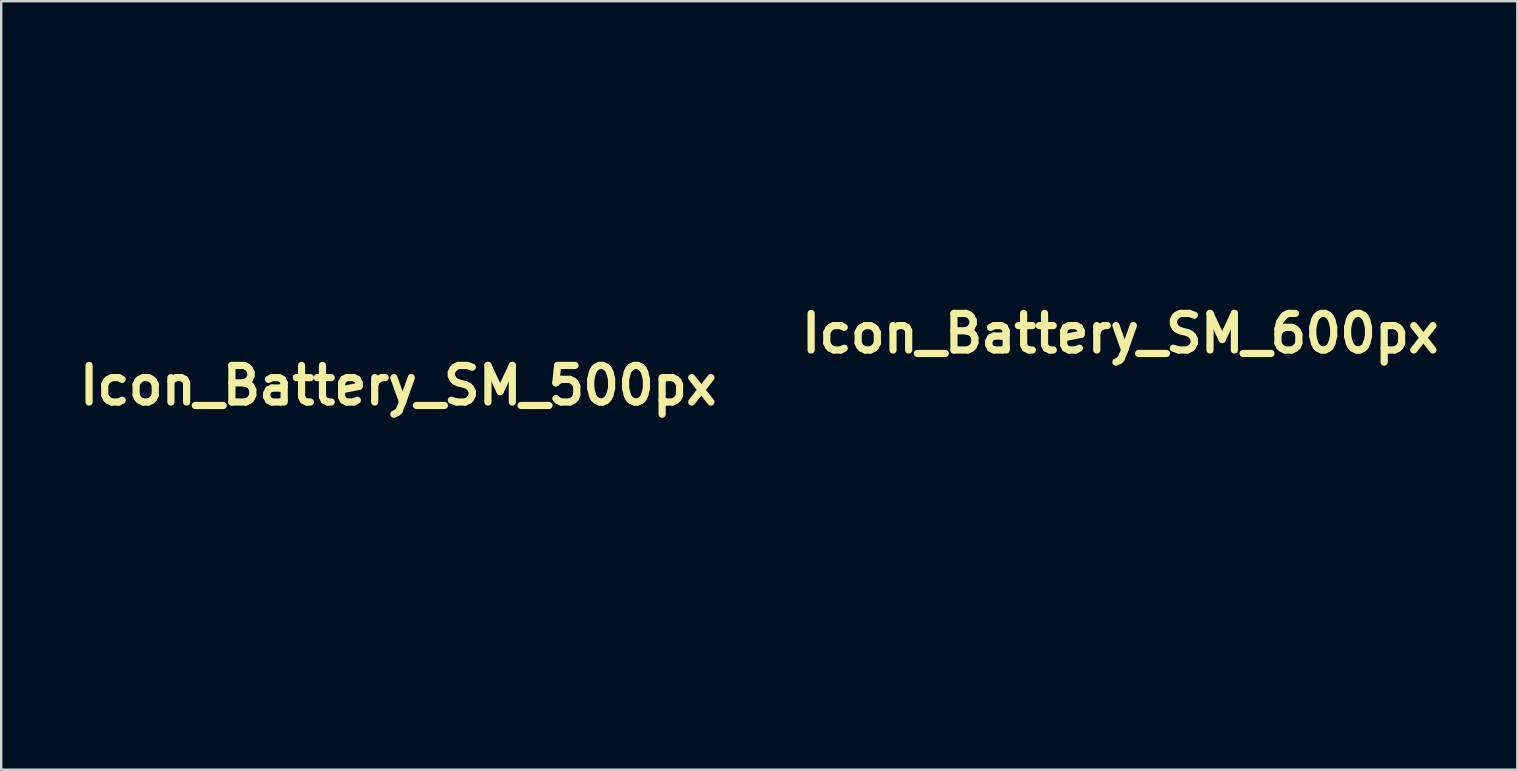
<source format=kicad_pcb>
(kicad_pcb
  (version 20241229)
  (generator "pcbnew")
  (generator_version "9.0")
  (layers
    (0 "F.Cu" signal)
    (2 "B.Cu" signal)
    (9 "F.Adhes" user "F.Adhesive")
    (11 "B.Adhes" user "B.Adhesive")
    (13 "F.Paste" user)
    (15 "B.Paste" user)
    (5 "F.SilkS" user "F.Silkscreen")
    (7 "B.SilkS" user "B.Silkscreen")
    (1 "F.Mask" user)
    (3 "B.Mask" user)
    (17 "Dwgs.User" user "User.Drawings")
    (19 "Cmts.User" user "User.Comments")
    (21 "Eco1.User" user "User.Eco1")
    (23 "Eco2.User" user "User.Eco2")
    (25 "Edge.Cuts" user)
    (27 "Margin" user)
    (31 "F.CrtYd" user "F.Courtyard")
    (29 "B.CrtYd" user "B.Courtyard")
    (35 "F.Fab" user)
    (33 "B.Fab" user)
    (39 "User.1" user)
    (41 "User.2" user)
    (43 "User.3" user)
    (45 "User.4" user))
  (footprint "Icon_Battery_SM_500px"
    (layer "F.Cu")
    (at 13.542 13.01)
    (property "Reference" "Icon_Battery_SM_500px" (at 0 0 0) (layer "F.SilkS") (effects (font (size 1.524 1.524) (thickness 0.3))))
    (attr through_hole)
    (fp_poly (pts (xy 2.339 -5.982) (xy 2.255 -5.739) (xy 2.151 -5.438) (xy 2.031 -5.092) (xy 1.9 -4.713) (xy 1.761 -4.313) (xy 1.619 -3.903) (xy 1.476 -3.494) (xy 1.339 -3.099) (xy 1.21 -2.729) (xy 1.094 -2.396) (xy 0.995 -2.111) (xy 0.916 -1.886) (xy 0.862 -1.734) (xy 0.838 -1.665) (xy 0.837 -1.664) (xy 0.832 -1.637) (xy 0.848 -1.616) (xy 0.896 -1.601) (xy 0.986 -1.59) (xy 1.13 -1.582) (xy 1.339 -1.578) (xy 1.624 -1.576) (xy 1.995 -1.575) (xy 2.154 -1.575) (xy 2.512 -1.573) (xy 2.835 -1.569) (xy 3.109 -1.563) (xy 3.321 -1.556) (xy 3.457 -1.546) (xy 3.505 -1.536) (xy 3.49 -1.482) (xy 3.444 -1.341) (xy 3.373 -1.12) (xy 3.277 -0.828) (xy 3.161 -0.473) (xy 3.026 -0.065) (xy 2.875 0.389) (xy 2.712 0.88) (xy 2.544 1.385) (xy 1.583 4.267) (xy 3.63 4.267) (xy 3.504 4.39) (xy 3.432 4.455) (xy 3.294 4.574) (xy 3.099 4.738) (xy 2.855 4.942) (xy 2.572 5.178) (xy 2.258 5.439) (xy 1.922 5.717) (xy 1.573 6.006) (xy 1.219 6.297) (xy 0.87 6.585) (xy 0.534 6.86) (xy 0.22 7.117) (xy -0.064 7.349) (xy -0.308 7.546) (xy -0.503 7.704) (xy -0.642 7.814) (xy -0.715 7.869) (xy -0.723 7.874) (xy -0.762 7.836) (xy -0.86 7.728) (xy -1.009 7.557) (xy -1.203 7.331) (xy -1.435 7.058) (xy -1.7 6.745) (xy -1.989 6.4) (xy -2.254 6.083) (xy -3.748 4.293) (xy -2.701 4.267) (xy -1.655 4.242) (xy -0.474 0.787) (xy -1.741 0.774) (xy -3.008 0.76) (xy -2.979 0.647) (xy -2.958 0.581) (xy -2.905 0.428) (xy -2.823 0.195) (xy -2.715 -0.11) (xy -2.583 -0.479) (xy -2.432 -0.905) (xy -2.262 -1.379) (xy -2.078 -1.894) (xy -1.882 -2.441) (xy -1.71 -2.921) (xy -0.468 -6.375) (xy 1.007 -6.389) (xy 2.483 -6.402) (xy 2.339 -5.982)) (stroke (width 0.01) (type solid)) (fill yes) (layer "F.Mask"))
    (fp_poly (pts (xy 2.591 -11.532) (xy 3.619 -11.531) (xy 3.955 -11.529) (xy 4.277 -11.522) (xy 4.563 -11.511) (xy 4.792 -11.498) (xy 4.942 -11.483) (xy 4.947 -11.482) (xy 5.389 -11.36) (xy 5.793 -11.151) (xy 6.149 -10.867) (xy 6.443 -10.519) (xy 6.665 -10.119) (xy 6.802 -9.678) (xy 6.806 -9.658) (xy 6.813 -9.568) (xy 6.82 -9.378) (xy 6.826 -9.087) (xy 6.831 -8.696) (xy 6.836 -8.205) (xy 6.841 -7.615) (xy 6.845 -6.927) (xy 6.848 -6.14) (xy 6.851 -5.255) (xy 6.853 -4.273) (xy 6.855 -3.193) (xy 6.856 -2.018) (xy 6.857 -0.747) (xy 6.857 0.62) (xy 6.857 0.756) (xy 6.857 1.976) (xy 6.857 3.098) (xy 6.857 4.127) (xy 6.857 5.067) (xy 6.856 5.922) (xy 6.855 6.697) (xy 6.853 7.396) (xy 6.851 8.023) (xy 6.848 8.583) (xy 6.844 9.078) (xy 6.839 9.515) (xy 6.833 9.896) (xy 6.826 10.227) (xy 6.817 10.512) (xy 6.807 10.754) (xy 6.795 10.958) (xy 6.782 11.128) (xy 6.767 11.268) (xy 6.75 11.384) (xy 6.73 11.478) (xy 6.709 11.555) (xy 6.686 11.62) (xy 6.66 11.677) (xy 6.632 11.729) (xy 6.601 11.781) (xy 6.567 11.838) (xy 6.559 11.852) (xy 6.279 12.241) (xy 5.927 12.562) (xy 5.512 12.808) (xy 5.187 12.933) (xy 5.096 12.945) (xy 4.912 12.956) (xy 4.643 12.966) (xy 4.3 12.975) (xy 3.889 12.982) (xy 3.419 12.989) (xy 2.9 12.995) (xy 2.34 12.999) (xy 1.747 13.003) (xy 1.129 13.005) (xy 0.497 13.006) (xy -0.143 13.006) (xy -0.78 13.005) (xy -1.407 13.003) (xy -2.016 13) (xy -2.596 12.996) (xy -3.141 12.991) (xy -3.641 12.985) (xy -4.087 12.977) (xy -4.471 12.969) (xy -4.785 12.959) (xy -5.02 12.949) (xy -5.166 12.937) (xy -5.209 12.93) (xy -5.654 12.738) (xy -6.048 12.465) (xy -6.377 12.122) (xy -6.559 11.852) (xy -6.593 11.794) (xy -6.625 11.741) (xy -6.654 11.689) (xy -6.68 11.634) (xy -6.704 11.571) (xy -6.726 11.497) (xy -6.745 11.407) (xy -6.763 11.297) (xy -6.778 11.163) (xy -6.792 11) (xy -6.804 10.804) (xy -6.815 10.571) (xy -6.824 10.297) (xy -6.831 9.978) (xy -6.838 9.608) (xy -6.843 9.185) (xy -6.847 8.703) (xy -6.85 8.159) (xy -6.853 7.548) (xy -6.855 6.866) (xy -6.856 6.109) (xy -6.856 5.273) (xy -6.857 4.353) (xy -6.857 3.345) (xy -6.857 2.245) (xy -6.857 1.048) (xy -6.857 0.756) (xy -6.857 -0.62) (xy -6.856 -1.9) (xy -6.855 -3.085) (xy -6.853 -4.173) (xy -6.851 -5.165) (xy -6.848 -6.059) (xy -6.845 -6.856) (xy -6.841 -7.554) (xy -6.837 -8.153) (xy -6.832 -8.654) (xy -6.826 -9.054) (xy -6.82 -9.355) (xy -6.816 -9.492) (xy -5.309 -9.492) (xy -5.309 0.728) (xy -5.309 1.926) (xy -5.309 3.026) (xy -5.308 4.034) (xy -5.308 4.952) (xy -5.308 5.786) (xy -5.307 6.539) (xy -5.306 7.216) (xy -5.305 7.82) (xy -5.303 8.357) (xy -5.301 8.83) (xy -5.299 9.243) (xy -5.296 9.601) (xy -5.293 9.908) (xy -5.289 10.168) (xy -5.284 10.385) (xy -5.279 10.564) (xy -5.274 10.709) (xy -5.267 10.823) (xy -5.26 10.911) (xy -5.252 10.978) (xy -5.243 11.027) (xy -5.233 11.063) (xy -5.223 11.09) (xy -5.211 11.112) (xy -5.207 11.119) (xy -5.09 11.262) (xy -4.941 11.379) (xy -4.928 11.386) (xy -4.895 11.402) (xy -4.854 11.416) (xy -4.799 11.429) (xy -4.724 11.439) (xy -4.623 11.448) (xy -4.489 11.456) (xy -4.316 11.462) (xy -4.098 11.467) (xy -3.829 11.472) (xy -3.501 11.475) (xy -3.11 11.477) (xy -2.648 11.479) (xy -2.109 11.48) (xy -1.488 11.48) (xy -0.777 11.481) (xy -0.000001 11.481) (xy 0.803 11.481) (xy 1.511 11.48) (xy 2.129 11.48) (xy 2.665 11.479) (xy 3.124 11.477) (xy 3.514 11.475) (xy 3.839 11.471) (xy 4.107 11.467) (xy 4.323 11.462) (xy 4.494 11.456) (xy 4.627 11.448) (xy 4.727 11.439) (xy 4.801 11.428) (xy 4.856 11.416) (xy 4.896 11.402) (xy 4.928 11.386) (xy 5.077 11.275) (xy 5.199 11.132) (xy 5.207 11.119) (xy 5.219 11.098) (xy 5.23 11.073) (xy 5.24 11.041) (xy 5.249 10.997) (xy 5.257 10.937) (xy 5.265 10.856) (xy 5.271 10.751) (xy 5.277 10.618) (xy 5.283 10.451) (xy 5.287 10.248) (xy 5.291 10.003) (xy 5.295 9.713) (xy 5.298 9.373) (xy 5.301 8.979) (xy 5.303 8.527) (xy 5.304 8.013) (xy 5.306 7.432) (xy 5.307 6.781) (xy 5.307 6.054) (xy 5.308 5.249) (xy 5.308 4.36) (xy 5.308 3.384) (xy 5.309 2.316) (xy 5.309 1.152) (xy 5.309 0.728) (xy 5.309 -9.492) (xy 5.204 -9.632) (xy 5.083 -9.768) (xy 4.959 -9.877) (xy 4.934 -9.895) (xy 4.905 -9.91) (xy 4.866 -9.924) (xy 4.811 -9.936) (xy 4.734 -9.946) (xy 4.627 -9.954) (xy 4.486 -9.961) (xy 4.304 -9.967) (xy 4.074 -9.972) (xy 3.791 -9.975) (xy 3.448 -9.978) (xy 3.039 -9.98) (xy 2.558 -9.981) (xy 1.999 -9.982) (xy 1.355 -9.982) (xy 0.621 -9.982) (xy 0 -9.982) (xy -0.807 -9.982) (xy -1.519 -9.982) (xy -2.142 -9.982) (xy -2.681 -9.981) (xy -3.144 -9.979) (xy -3.537 -9.977) (xy -3.864 -9.974) (xy -4.134 -9.971) (xy -4.352 -9.966) (xy -4.524 -9.96) (xy -4.656 -9.952) (xy -4.755 -9.943) (xy -4.826 -9.933) (xy -4.877 -9.921) (xy -4.913 -9.907) (xy -4.94 -9.891) (xy -4.959 -9.877) (xy -5.094 -9.756) (xy -5.204 -9.632) (xy -5.309 -9.492) (xy -6.816 -9.492) (xy -6.814 -9.555) (xy -6.807 -9.653) (xy -6.806 -9.658) (xy -6.673 -10.1) (xy -6.455 -10.502) (xy -6.163 -10.853) (xy -5.811 -11.14) (xy -5.408 -11.352) (xy -4.968 -11.479) (xy -4.947 -11.482) (xy -4.8 -11.498) (xy -4.574 -11.511) (xy -4.291 -11.522) (xy -3.973 -11.529) (xy -3.67 -11.531) (xy -2.692 -11.532) (xy -2.692 -13.005) (xy 2.591 -13.005) (xy 2.591 -11.532)) (stroke (width 0.01) (type solid)) (fill yes) (layer "F.Mask")))
  (footprint "Icon_Battery_SM_600px"
    (layer "F.Cu")
    (at 43.626 10.842)
    (property "Reference" "Icon_Battery_SM_600px" (at 0 0 0) (layer "F.SilkS") (effects (font (size 1.524 1.524) (thickness 0.3))))
    (attr through_hole)
    (fp_poly (pts (xy 1.949 -4.985) (xy 1.879 -4.782) (xy 1.792 -4.532) (xy 1.693 -4.244) (xy 1.583 -3.928) (xy 1.468 -3.594) (xy 1.349 -3.252) (xy 1.23 -2.912) (xy 1.116 -2.582) (xy 1.008 -2.274) (xy 0.912 -1.996) (xy 0.829 -1.759) (xy 0.763 -1.572) (xy 0.719 -1.445) (xy 0.698 -1.387) (xy 0.698 -1.386) (xy 0.693 -1.364) (xy 0.707 -1.347) (xy 0.746 -1.334) (xy 0.822 -1.325) (xy 0.942 -1.318) (xy 1.116 -1.315) (xy 1.353 -1.313) (xy 1.663 -1.312) (xy 1.795 -1.312) (xy 2.093 -1.311) (xy 2.363 -1.308) (xy 2.591 -1.303) (xy 2.767 -1.296) (xy 2.881 -1.289) (xy 2.921 -1.28) (xy 2.908 -1.235) (xy 2.87 -1.117) (xy 2.811 -0.933) (xy 2.731 -0.69) (xy 2.634 -0.394) (xy 2.521 -0.054) (xy 2.396 0.324) (xy 2.26 0.733) (xy 2.12 1.154) (xy 1.319 3.556) (xy 3.025 3.556) (xy 2.92 3.659) (xy 2.86 3.713) (xy 2.745 3.811) (xy 2.582 3.949) (xy 2.379 4.119) (xy 2.143 4.315) (xy 1.882 4.533) (xy 1.602 4.765) (xy 1.311 5.005) (xy 1.016 5.248) (xy 0.725 5.487) (xy 0.445 5.717) (xy 0.183 5.931) (xy -0.053 6.124) (xy -0.256 6.289) (xy -0.419 6.42) (xy -0.535 6.511) (xy -0.595 6.557) (xy -0.603 6.561) (xy -0.635 6.53) (xy -0.717 6.44) (xy -0.841 6.297) (xy -1.002 6.109) (xy -1.196 5.881) (xy -1.416 5.621) (xy -1.658 5.334) (xy -1.878 5.069) (xy -3.123 3.577) (xy -1.379 3.535) (xy -0.887 2.095) (xy -0.395 0.656) (xy -2.506 0.634) (xy -2.483 0.539) (xy -2.465 0.484) (xy -2.42 0.357) (xy -2.352 0.162) (xy -2.262 -0.092) (xy -2.153 -0.4) (xy -2.026 -0.754) (xy -1.885 -1.149) (xy -1.732 -1.578) (xy -1.568 -2.034) (xy -1.425 -2.434) (xy -0.39 -5.313) (xy 2.069 -5.335) (xy 1.949 -4.985)) (stroke (width 0.01) (type solid)) (fill yes) (layer "F.Mask"))
    (fp_poly (pts (xy 2.159 -9.61) (xy 3.016 -9.609) (xy 3.296 -9.607) (xy 3.564 -9.602) (xy 3.802 -9.593) (xy 3.993 -9.582) (xy 4.118 -9.569) (xy 4.123 -9.568) (xy 4.491 -9.467) (xy 4.828 -9.293) (xy 5.124 -9.056) (xy 5.369 -8.766) (xy 5.554 -8.433) (xy 5.668 -8.065) (xy 5.672 -8.048) (xy 5.678 -7.974) (xy 5.683 -7.815) (xy 5.688 -7.573) (xy 5.693 -7.247) (xy 5.697 -6.838) (xy 5.7 -6.346) (xy 5.704 -5.772) (xy 5.707 -5.116) (xy 5.709 -4.379) (xy 5.711 -3.56) (xy 5.712 -2.661) (xy 5.713 -1.682) (xy 5.714 -0.622) (xy 5.714 0.517) (xy 5.714 0.63) (xy 5.714 1.646) (xy 5.714 2.582) (xy 5.714 3.439) (xy 5.714 4.222) (xy 5.713 4.935) (xy 5.712 5.581) (xy 5.711 6.164) (xy 5.709 6.686) (xy 5.707 7.152) (xy 5.703 7.565) (xy 5.699 7.929) (xy 5.694 8.247) (xy 5.688 8.523) (xy 5.681 8.76) (xy 5.672 8.961) (xy 5.663 9.131) (xy 5.652 9.273) (xy 5.639 9.39) (xy 5.625 9.486) (xy 5.609 9.565) (xy 5.591 9.629) (xy 5.571 9.683) (xy 5.55 9.73) (xy 5.526 9.774) (xy 5.5 9.818) (xy 5.472 9.865) (xy 5.466 9.877) (xy 5.232 10.201) (xy 4.939 10.469) (xy 4.594 10.674) (xy 4.322 10.777) (xy 4.246 10.787) (xy 4.093 10.797) (xy 3.869 10.805) (xy 3.583 10.812) (xy 3.241 10.819) (xy 2.849 10.824) (xy 2.417 10.829) (xy 1.95 10.833) (xy 1.455 10.835) (xy 0.941 10.837) (xy 0.414 10.838) (xy -0.119 10.839) (xy -0.65 10.838) (xy -1.173 10.836) (xy -1.68 10.834) (xy -2.164 10.83) (xy -2.617 10.826) (xy -3.034 10.821) (xy -3.406 10.814) (xy -3.726 10.807) (xy -3.987 10.8) (xy -4.183 10.791) (xy -4.305 10.781) (xy -4.341 10.775) (xy -4.711 10.615) (xy -5.04 10.388) (xy -5.314 10.102) (xy -5.466 9.877) (xy -5.494 9.828) (xy -5.52 9.784) (xy -5.545 9.741) (xy -5.567 9.695) (xy -5.587 9.643) (xy -5.605 9.581) (xy -5.621 9.506) (xy -5.636 9.414) (xy -5.649 9.302) (xy -5.66 9.167) (xy -5.67 9.003) (xy -5.679 8.809) (xy -5.686 8.581) (xy -5.693 8.315) (xy -5.698 8.007) (xy -5.702 7.654) (xy -5.706 7.253) (xy -5.709 6.799) (xy -5.711 6.29) (xy -5.712 5.722) (xy -5.713 5.091) (xy -5.714 4.394) (xy -5.714 3.627) (xy -5.714 2.787) (xy -5.714 1.871) (xy -5.714 0.873) (xy -5.714 0.63) (xy -5.714 -0.516) (xy -5.714 -1.584) (xy -5.713 -2.571) (xy -5.711 -3.478) (xy -5.709 -4.304) (xy -5.707 -5.049) (xy -5.704 -5.713) (xy -5.701 -6.295) (xy -5.697 -6.794) (xy -5.693 -7.211) (xy -5.689 -7.545) (xy -5.684 -7.796) (xy -5.68 -7.91) (xy -4.424 -7.91) (xy -4.424 0.606) (xy -4.424 1.605) (xy -4.424 2.522) (xy -4.424 3.361) (xy -4.423 4.127) (xy -4.423 4.822) (xy -4.422 5.449) (xy -4.422 6.013) (xy -4.421 6.517) (xy -4.419 6.964) (xy -4.418 7.358) (xy -4.416 7.703) (xy -4.413 8.001) (xy -4.411 8.257) (xy -4.407 8.474) (xy -4.404 8.655) (xy -4.399 8.804) (xy -4.395 8.924) (xy -4.389 9.019) (xy -4.383 9.093) (xy -4.377 9.148) (xy -4.369 9.189) (xy -4.361 9.219) (xy -4.352 9.242) (xy -4.343 9.26) (xy -4.339 9.266) (xy -4.241 9.385) (xy -4.118 9.483) (xy -4.107 9.488) (xy -4.079 9.502) (xy -4.045 9.514) (xy -3.999 9.524) (xy -3.937 9.533) (xy -3.853 9.54) (xy -3.741 9.547) (xy -3.597 9.552) (xy -3.415 9.556) (xy -3.191 9.56) (xy -2.918 9.562) (xy -2.591 9.564) (xy -2.206 9.566) (xy -1.758 9.567) (xy -1.24 9.567) (xy -0.647 9.567) (xy 0 9.567) (xy 0.669 9.567) (xy 1.259 9.567) (xy 1.774 9.567) (xy 2.221 9.566) (xy 2.604 9.564) (xy 2.928 9.562) (xy 3.199 9.56) (xy 3.422 9.556) (xy 3.603 9.552) (xy 3.745 9.546) (xy 3.856 9.54) (xy 3.939 9.532) (xy 4.001 9.523) (xy 4.046 9.513) (xy 4.08 9.501) (xy 4.107 9.488) (xy 4.231 9.396) (xy 4.333 9.277) (xy 4.339 9.266) (xy 4.349 9.248) (xy 4.358 9.228) (xy 4.367 9.201) (xy 4.374 9.164) (xy 4.381 9.114) (xy 4.387 9.047) (xy 4.393 8.959) (xy 4.398 8.848) (xy 4.402 8.709) (xy 4.406 8.54) (xy 4.41 8.336) (xy 4.413 8.094) (xy 4.415 7.811) (xy 4.417 7.483) (xy 4.419 7.106) (xy 4.42 6.677) (xy 4.421 6.194) (xy 4.422 5.651) (xy 4.423 5.045) (xy 4.423 4.374) (xy 4.424 3.634) (xy 4.424 2.82) (xy 4.424 1.93) (xy 4.424 0.96) (xy 4.424 0.606) (xy 4.424 -7.91) (xy 4.337 -8.027) (xy 4.236 -8.14) (xy 4.132 -8.231) (xy 4.112 -8.246) (xy 4.088 -8.259) (xy 4.055 -8.27) (xy 4.009 -8.28) (xy 3.945 -8.288) (xy 3.856 -8.295) (xy 3.738 -8.301) (xy 3.586 -8.306) (xy 3.395 -8.31) (xy 3.159 -8.313) (xy 2.873 -8.315) (xy 2.533 -8.316) (xy 2.132 -8.317) (xy 1.666 -8.318) (xy 1.129 -8.318) (xy 0.517 -8.318) (xy 0 -8.319) (xy -0.673 -8.318) (xy -1.266 -8.318) (xy -1.785 -8.318) (xy -2.235 -8.317) (xy -2.62 -8.316) (xy -2.947 -8.314) (xy -3.22 -8.312) (xy -3.445 -8.309) (xy -3.627 -8.305) (xy -3.77 -8.3) (xy -3.88 -8.294) (xy -3.962 -8.286) (xy -4.022 -8.278) (xy -4.064 -8.267) (xy -4.094 -8.256) (xy -4.117 -8.242) (xy -4.132 -8.231) (xy -4.245 -8.13) (xy -4.337 -8.027) (xy -4.424 -7.91) (xy -5.68 -7.91) (xy -5.678 -7.962) (xy -5.672 -8.045) (xy -5.672 -8.048) (xy -5.561 -8.417) (xy -5.379 -8.752) (xy -5.136 -9.044) (xy -4.842 -9.283) (xy -4.507 -9.46) (xy -4.14 -9.565) (xy -4.123 -9.568) (xy -4 -9.581) (xy -3.811 -9.593) (xy -3.575 -9.602) (xy -3.311 -9.608) (xy -3.059 -9.609) (xy -2.244 -9.61) (xy -2.244 -10.837) (xy 2.159 -10.837) (xy 2.159 -9.61)) (stroke (width 0.01) (type solid)) (fill yes) (layer "F.Mask")))
  (gr_rect
    (start -3 -3)
    (end 60.168 29.021)
    (stroke (width 0.1) (type default))
    (fill no)
    (layer "Edge.Cuts")))
</source>
